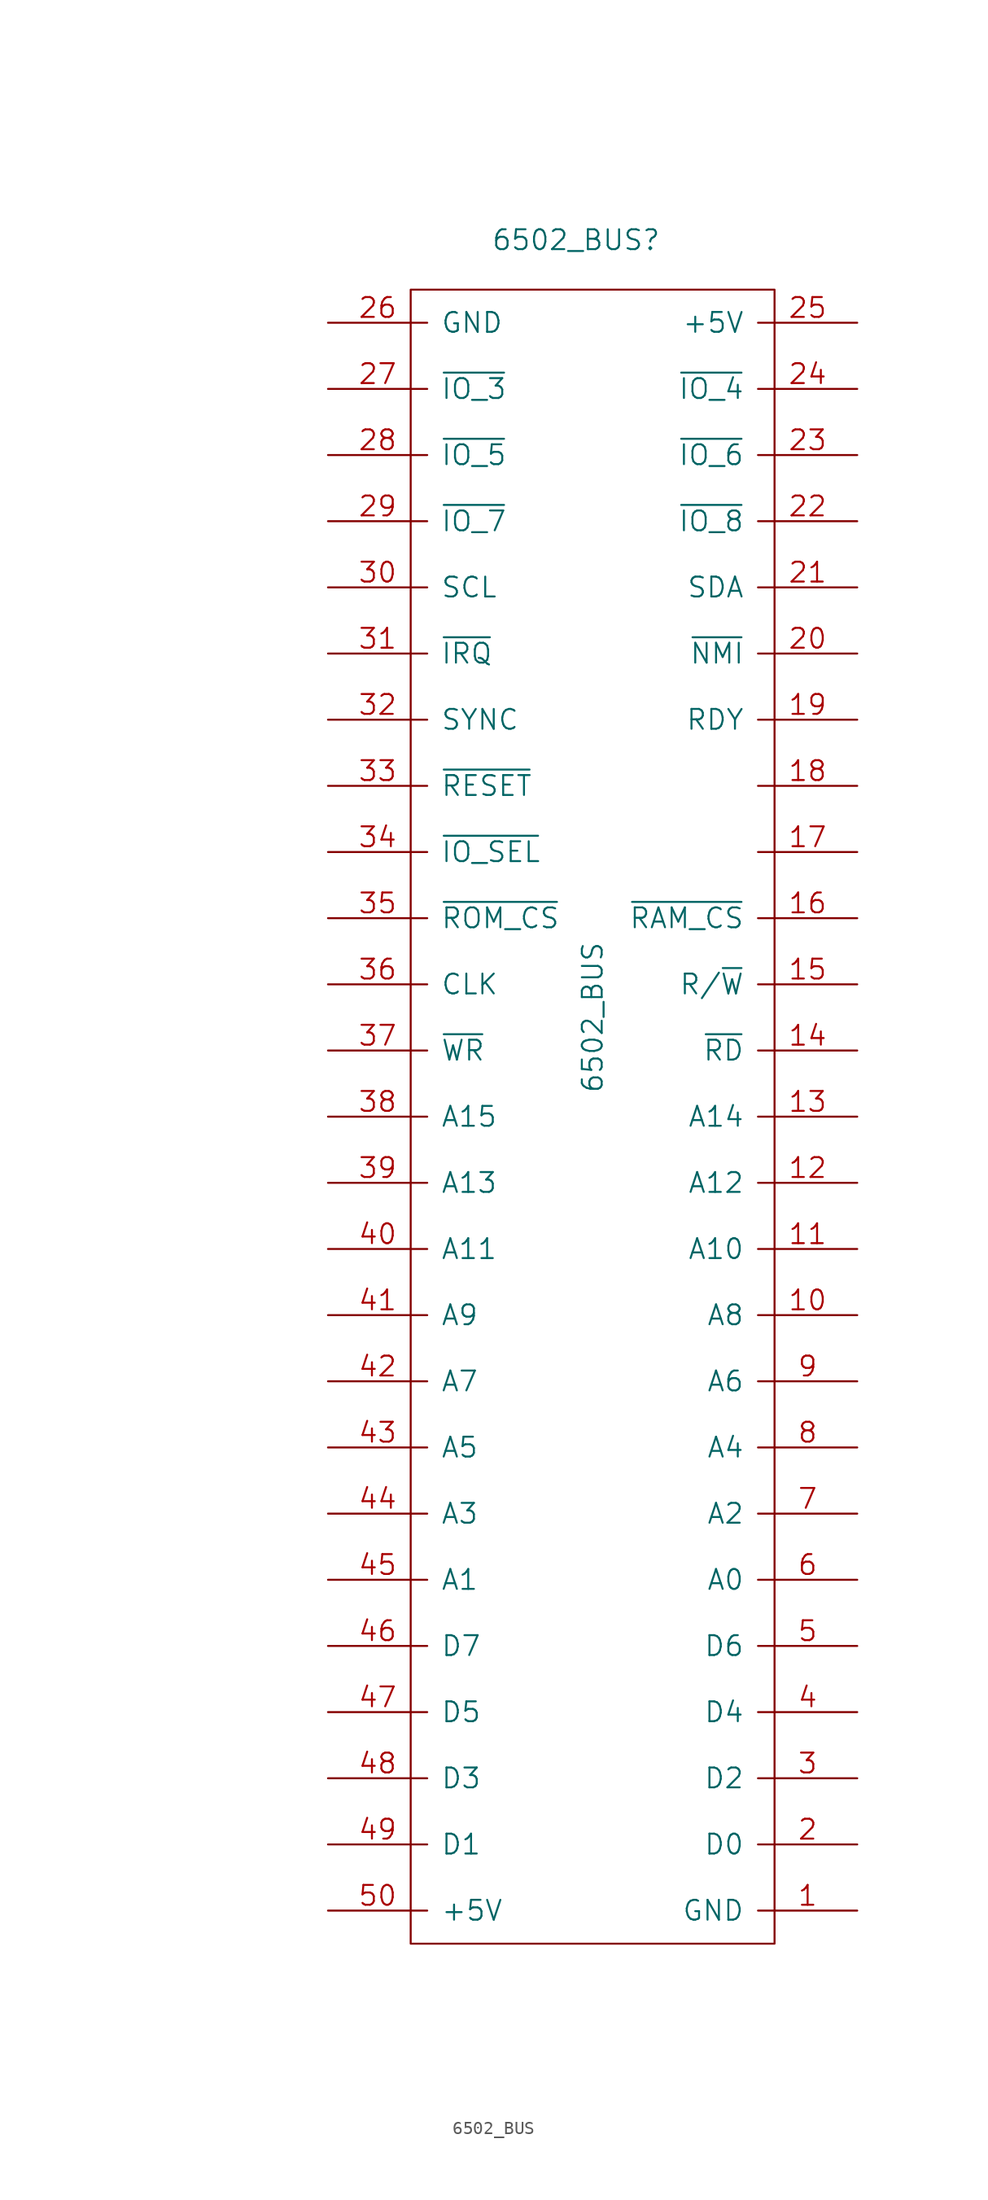
<source format=kicad_sym>
(kicad_symbol_lib
  (version 20211014)
  (generator kicad_symbol_editor)
  (symbol "6502_BUS"
    (pin_names
      (offset 1.016))
    (property "Reference" "6502_BUS"
      (at 34.29 52.07 0)
      (effects (font (size 1.524 1.524))))
    (property "Value" "6502_BUS"
      (at 35.56 -7.62 90)
      (effects (font (size 1.524 1.524))))
    (property "Footprint" ""
      (at 0 0 0)
      (effects (font (size 1.524 1.524))))
    (property "Datasheet" ""
      (at 0 0 0)
      (effects (font (size 1.524 1.524))))
    (symbol "6502_BUS_0_1"
      (rectangle (start 21.59 48.26) (end 49.53 -78.74) (stroke (width 0) (type default) (color 0 0 0 0)) (fill (type none))))
    (symbol "6502_BUS_1_1"
      (pin power_in line (at 55.88 -76.2 180) (length 7.62) (name "GND" (effects (font (size 1.524 1.524)))) (number "1" (effects (font (size 1.524 1.524)))))
      (pin bidirectional line (at 55.88 -30.48 180) (length 7.62) (name "A8" (effects (font (size 1.524 1.524)))) (number "10" (effects (font (size 1.524 1.524)))))
      (pin bidirectional line (at 55.88 -25.4 180) (length 7.62) (name "A10" (effects (font (size 1.524 1.524)))) (number "11" (effects (font (size 1.524 1.524)))))
      (pin bidirectional line (at 55.88 -20.32 180) (length 7.62) (name "A12" (effects (font (size 1.524 1.524)))) (number "12" (effects (font (size 1.524 1.524)))))
      (pin bidirectional line (at 55.88 -15.24 180) (length 7.62) (name "A14" (effects (font (size 1.524 1.524)))) (number "13" (effects (font (size 1.524 1.524)))))
      (pin bidirectional line (at 55.88 -10.16 180) (length 7.62) (name "~{RD}" (effects (font (size 1.524 1.524)))) (number "14" (effects (font (size 1.524 1.524)))))
      (pin bidirectional line (at 55.88 -5.08 180) (length 7.62) (name "R/~{W}" (effects (font (size 1.524 1.524)))) (number "15" (effects (font (size 1.524 1.524)))))
      (pin output line (at 55.88 0 180) (length 7.62) (name "~{RAM_CS}" (effects (font (size 1.524 1.524)))) (number "16" (effects (font (size 1.524 1.524)))))
      (pin bidirectional line (at 55.88 5.08 180) (length 7.62) (name "" (effects (font (size 1.524 1.524)))) (number "17" (effects (font (size 1.524 1.524)))))
      (pin bidirectional line (at 55.88 10.16 180) (length 7.62) (name "" (effects (font (size 1.524 1.524)))) (number "18" (effects (font (size 1.524 1.524)))))
      (pin bidirectional line (at 55.88 15.24 180) (length 7.62) (name "RDY" (effects (font (size 1.524 1.524)))) (number "19" (effects (font (size 1.524 1.524)))))
      (pin bidirectional line (at 55.88 -71.12 180) (length 7.62) (name "D0" (effects (font (size 1.524 1.524)))) (number "2" (effects (font (size 1.524 1.524)))))
      (pin input line (at 55.88 20.32 180) (length 7.62) (name "~{NMI}" (effects (font (size 1.524 1.524)))) (number "20" (effects (font (size 1.524 1.524)))))
      (pin bidirectional line (at 55.88 25.4 180) (length 7.62) (name "SDA" (effects (font (size 1.524 1.524)))) (number "21" (effects (font (size 1.524 1.524)))))
      (pin bidirectional line (at 55.88 30.48 180) (length 7.62) (name "~{IO_8}" (effects (font (size 1.524 1.524)))) (number "22" (effects (font (size 1.524 1.524)))))
      (pin bidirectional line (at 55.88 35.56 180) (length 7.62) (name "~{IO_6}" (effects (font (size 1.524 1.524)))) (number "23" (effects (font (size 1.524 1.524)))))
      (pin bidirectional line (at 55.88 40.64 180) (length 7.62) (name "~{IO_4}" (effects (font (size 1.524 1.524)))) (number "24" (effects (font (size 1.524 1.524)))))
      (pin power_in line (at 55.88 45.72 180) (length 7.62) (name "+5V" (effects (font (size 1.524 1.524)))) (number "25" (effects (font (size 1.524 1.524)))))
      (pin power_in line (at 15.24 45.72 0) (length 7.62) (name "GND" (effects (font (size 1.524 1.524)))) (number "26" (effects (font (size 1.524 1.524)))))
      (pin bidirectional line (at 15.24 40.64 0) (length 7.62) (name "~{IO_3}" (effects (font (size 1.524 1.524)))) (number "27" (effects (font (size 1.524 1.524)))))
      (pin bidirectional line (at 15.24 35.56 0) (length 7.62) (name "~{IO_5}" (effects (font (size 1.524 1.524)))) (number "28" (effects (font (size 1.524 1.524)))))
      (pin bidirectional line (at 15.24 30.48 0) (length 7.62) (name "~{IO_7}" (effects (font (size 1.524 1.524)))) (number "29" (effects (font (size 1.524 1.524)))))
      (pin bidirectional line (at 55.88 -66.04 180) (length 7.62) (name "D2" (effects (font (size 1.524 1.524)))) (number "3" (effects (font (size 1.524 1.524)))))
      (pin bidirectional line (at 15.24 25.4 0) (length 7.62) (name "SCL" (effects (font (size 1.524 1.524)))) (number "30" (effects (font (size 1.524 1.524)))))
      (pin input line (at 15.24 20.32 0) (length 7.62) (name "~{IRQ}" (effects (font (size 1.524 1.524)))) (number "31" (effects (font (size 1.524 1.524)))))
      (pin input line (at 15.24 15.24 0) (length 7.62) (name "SYNC" (effects (font (size 1.524 1.524)))) (number "32" (effects (font (size 1.524 1.524)))))
      (pin bidirectional line (at 15.24 10.16 0) (length 7.62) (name "~{RESET}" (effects (font (size 1.524 1.524)))) (number "33" (effects (font (size 1.524 1.524)))))
      (pin output line (at 15.24 5.08 0) (length 7.62) (name "~{IO_SEL}" (effects (font (size 1.524 1.524)))) (number "34" (effects (font (size 1.524 1.524)))))
      (pin output line (at 15.24 0 0) (length 7.62) (name "~{ROM_CS}" (effects (font (size 1.524 1.524)))) (number "35" (effects (font (size 1.524 1.524)))))
      (pin output line (at 15.24 -5.08 0) (length 7.62) (name "CLK" (effects (font (size 1.524 1.524)))) (number "36" (effects (font (size 1.524 1.524)))))
      (pin output line (at 15.24 -10.16 0) (length 7.62) (name "~{WR}" (effects (font (size 1.524 1.524)))) (number "37" (effects (font (size 1.524 1.524)))))
      (pin bidirectional line (at 15.24 -15.24 0) (length 7.62) (name "A15" (effects (font (size 1.524 1.524)))) (number "38" (effects (font (size 1.524 1.524)))))
      (pin bidirectional line (at 15.24 -20.32 0) (length 7.62) (name "A13" (effects (font (size 1.524 1.524)))) (number "39" (effects (font (size 1.524 1.524)))))
      (pin bidirectional line (at 55.88 -60.96 180) (length 7.62) (name "D4" (effects (font (size 1.524 1.524)))) (number "4" (effects (font (size 1.524 1.524)))))
      (pin bidirectional line (at 15.24 -25.4 0) (length 7.62) (name "A11" (effects (font (size 1.524 1.524)))) (number "40" (effects (font (size 1.524 1.524)))))
      (pin bidirectional line (at 15.24 -30.48 0) (length 7.62) (name "A9" (effects (font (size 1.524 1.524)))) (number "41" (effects (font (size 1.524 1.524)))))
      (pin bidirectional line (at 15.24 -35.56 0) (length 7.62) (name "A7" (effects (font (size 1.524 1.524)))) (number "42" (effects (font (size 1.524 1.524)))))
      (pin bidirectional line (at 15.24 -40.64 0) (length 7.62) (name "A5" (effects (font (size 1.524 1.524)))) (number "43" (effects (font (size 1.524 1.524)))))
      (pin bidirectional line (at 15.24 -45.72 0) (length 7.62) (name "A3" (effects (font (size 1.524 1.524)))) (number "44" (effects (font (size 1.524 1.524)))))
      (pin bidirectional line (at 15.24 -50.8 0) (length 7.62) (name "A1" (effects (font (size 1.524 1.524)))) (number "45" (effects (font (size 1.524 1.524)))))
      (pin bidirectional line (at 15.24 -55.88 0) (length 7.62) (name "D7" (effects (font (size 1.524 1.524)))) (number "46" (effects (font (size 1.524 1.524)))))
      (pin bidirectional line (at 15.24 -60.96 0) (length 7.62) (name "D5" (effects (font (size 1.524 1.524)))) (number "47" (effects (font (size 1.524 1.524)))))
      (pin bidirectional line (at 15.24 -66.04 0) (length 7.62) (name "D3" (effects (font (size 1.524 1.524)))) (number "48" (effects (font (size 1.524 1.524)))))
      (pin bidirectional line (at 15.24 -71.12 0) (length 7.62) (name "D1" (effects (font (size 1.524 1.524)))) (number "49" (effects (font (size 1.524 1.524)))))
      (pin bidirectional line (at 55.88 -55.88 180) (length 7.62) (name "D6" (effects (font (size 1.524 1.524)))) (number "5" (effects (font (size 1.524 1.524)))))
      (pin power_in line (at 15.24 -76.2 0) (length 7.62) (name "+5V" (effects (font (size 1.524 1.524)))) (number "50" (effects (font (size 1.524 1.524)))))
      (pin bidirectional line (at 55.88 -50.8 180) (length 7.62) (name "A0" (effects (font (size 1.524 1.524)))) (number "6" (effects (font (size 1.524 1.524)))))
      (pin bidirectional line (at 55.88 -45.72 180) (length 7.62) (name "A2" (effects (font (size 1.524 1.524)))) (number "7" (effects (font (size 1.524 1.524)))))
      (pin bidirectional line (at 55.88 -40.64 180) (length 7.62) (name "A4" (effects (font (size 1.524 1.524)))) (number "8" (effects (font (size 1.524 1.524)))))
      (pin bidirectional line (at 55.88 -35.56 180) (length 7.62) (name "A6" (effects (font (size 1.524 1.524)))) (number "9" (effects (font (size 1.524 1.524))))))))
</source>
